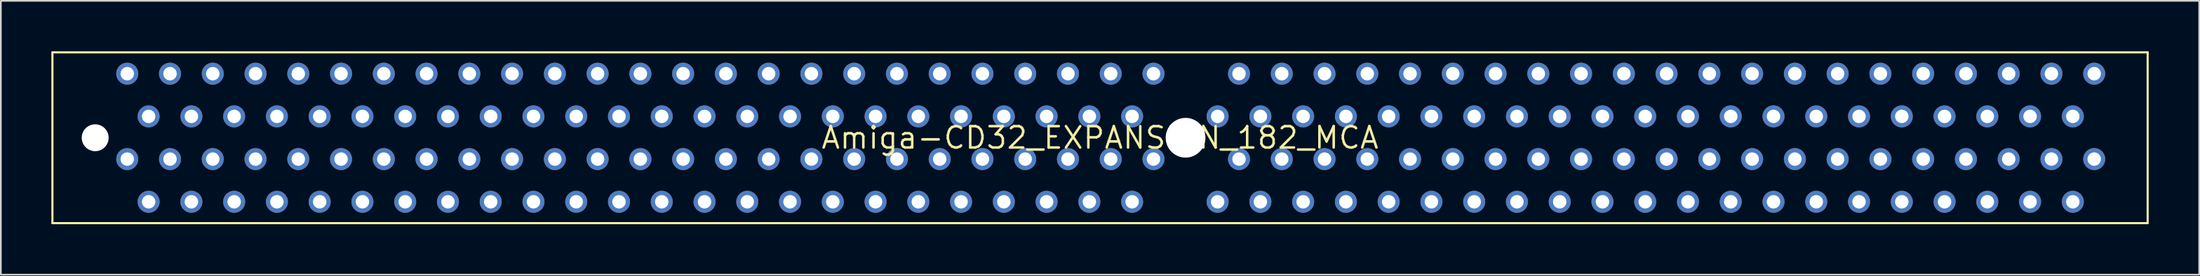
<source format=kicad_pcb>
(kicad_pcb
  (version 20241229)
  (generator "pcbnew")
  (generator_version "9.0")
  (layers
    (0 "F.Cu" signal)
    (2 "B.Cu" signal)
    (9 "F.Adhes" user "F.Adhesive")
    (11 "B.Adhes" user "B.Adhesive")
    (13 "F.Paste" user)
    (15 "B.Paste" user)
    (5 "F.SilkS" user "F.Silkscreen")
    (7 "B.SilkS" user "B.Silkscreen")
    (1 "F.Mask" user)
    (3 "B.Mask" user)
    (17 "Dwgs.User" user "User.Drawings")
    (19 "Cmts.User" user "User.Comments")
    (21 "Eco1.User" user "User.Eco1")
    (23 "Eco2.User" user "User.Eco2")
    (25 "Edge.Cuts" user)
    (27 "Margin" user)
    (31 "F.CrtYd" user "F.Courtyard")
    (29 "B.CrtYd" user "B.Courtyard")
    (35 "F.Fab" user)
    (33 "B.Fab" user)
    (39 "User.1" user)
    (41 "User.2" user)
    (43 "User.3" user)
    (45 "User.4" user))
  (footprint "Amiga-CD32_EXPANSION_182_MCA"
    (layer "F.Cu")
    (at 62.294 5.144)
    (property "Reference" "Amiga-CD32_EXPANSION_182_MCA" (at 0 0 0) (layer "F.SilkS") (effects (font (size 1.27 1.27) (thickness 0.15))))
    (attr exclude_from_pos_files exclude_from_bom)
    (fp_line (start -62.23 -5.08) (end -62.23 5.08) (stroke (width 0.127) (type solid)) (layer "F.SilkS"))
    (fp_line (start -62.23 5.08) (end 62.23 5.08) (stroke (width 0.127) (type solid)) (layer "F.SilkS"))
    (fp_line (start 62.23 -5.08) (end -62.23 -5.08) (stroke (width 0.127) (type solid)) (layer "F.SilkS"))
    (fp_line (start 62.23 5.08) (end 62.23 -5.08) (stroke (width 0.127) (type solid)) (layer "F.SilkS"))
    (pad "" np_thru_hole circle (at -59.69 0) (size 1.598 1.598) (drill 1.598) (layers "*.Cu" "*.Mask"))
    (pad "" np_thru_hole circle (at 5.08 0) (size 2.362 2.362) (drill 2.362) (layers "*.Cu" "*.Mask"))
    (pad "P$1" thru_hole circle (at 59.055 1.27) (size 1.306 1.306) (drill 0.798) (layers "*.Cu" "*.Paste" "*.Mask"))
    (pad "P$2" thru_hole circle (at 59.055 -3.81) (size 1.306 1.306) (drill 0.798) (layers "*.Cu" "*.Paste" "*.Mask"))
    (pad "P$3" thru_hole circle (at 57.785 3.81) (size 1.306 1.306) (drill 0.798) (layers "*.Cu" "*.Paste" "*.Mask"))
    (pad "P$4" thru_hole circle (at 57.785 -1.27) (size 1.306 1.306) (drill 0.798) (layers "*.Cu" "*.Paste" "*.Mask"))
    (pad "P$5" thru_hole circle (at 56.515 1.27) (size 1.306 1.306) (drill 0.798) (layers "*.Cu" "*.Paste" "*.Mask"))
    (pad "P$6" thru_hole circle (at 56.515 -3.81) (size 1.306 1.306) (drill 0.798) (layers "*.Cu" "*.Paste" "*.Mask"))
    (pad "P$7" thru_hole circle (at 55.245 3.81) (size 1.306 1.306) (drill 0.798) (layers "*.Cu" "*.Paste" "*.Mask"))
    (pad "P$8" thru_hole circle (at 55.245 -1.27) (size 1.306 1.306) (drill 0.798) (layers "*.Cu" "*.Paste" "*.Mask"))
    (pad "P$9" thru_hole circle (at 53.975 1.27) (size 1.306 1.306) (drill 0.798) (layers "*.Cu" "*.Paste" "*.Mask"))
    (pad "P$10" thru_hole circle (at 53.975 -3.81) (size 1.306 1.306) (drill 0.798) (layers "*.Cu" "*.Paste" "*.Mask"))
    (pad "P$11" thru_hole circle (at 52.705 3.81) (size 1.306 1.306) (drill 0.798) (layers "*.Cu" "*.Paste" "*.Mask"))
    (pad "P$12" thru_hole circle (at 52.705 -1.27) (size 1.306 1.306) (drill 0.798) (layers "*.Cu" "*.Paste" "*.Mask"))
    (pad "P$13" thru_hole circle (at 51.435 1.27) (size 1.306 1.306) (drill 0.798) (layers "*.Cu" "*.Paste" "*.Mask"))
    (pad "P$14" thru_hole circle (at 51.435 -3.81) (size 1.306 1.306) (drill 0.798) (layers "*.Cu" "*.Paste" "*.Mask"))
    (pad "P$15" thru_hole circle (at 50.165 3.81) (size 1.306 1.306) (drill 0.798) (layers "*.Cu" "*.Paste" "*.Mask"))
    (pad "P$16" thru_hole circle (at 50.165 -1.27) (size 1.306 1.306) (drill 0.798) (layers "*.Cu" "*.Paste" "*.Mask"))
    (pad "P$17" thru_hole circle (at 48.895 1.27) (size 1.306 1.306) (drill 0.798) (layers "*.Cu" "*.Paste" "*.Mask"))
    (pad "P$18" thru_hole circle (at 48.895 -3.81) (size 1.306 1.306) (drill 0.798) (layers "*.Cu" "*.Paste" "*.Mask"))
    (pad "P$19" thru_hole circle (at 47.625 3.81) (size 1.306 1.306) (drill 0.798) (layers "*.Cu" "*.Paste" "*.Mask"))
    (pad "P$20" thru_hole circle (at 47.625 -1.27) (size 1.306 1.306) (drill 0.798) (layers "*.Cu" "*.Paste" "*.Mask"))
    (pad "P$21" thru_hole circle (at 46.355 1.27) (size 1.306 1.306) (drill 0.798) (layers "*.Cu" "*.Paste" "*.Mask"))
    (pad "P$22" thru_hole circle (at 46.355 -3.81) (size 1.306 1.306) (drill 0.798) (layers "*.Cu" "*.Paste" "*.Mask"))
    (pad "P$23" thru_hole circle (at 45.085 3.81) (size 1.306 1.306) (drill 0.798) (layers "*.Cu" "*.Paste" "*.Mask"))
    (pad "P$24" thru_hole circle (at 45.085 -1.27) (size 1.306 1.306) (drill 0.798) (layers "*.Cu" "*.Paste" "*.Mask"))
    (pad "P$25" thru_hole circle (at 43.815 1.27) (size 1.306 1.306) (drill 0.798) (layers "*.Cu" "*.Paste" "*.Mask"))
    (pad "P$26" thru_hole circle (at 43.815 -3.81) (size 1.306 1.306) (drill 0.798) (layers "*.Cu" "*.Paste" "*.Mask"))
    (pad "P$27" thru_hole circle (at 42.545 3.81) (size 1.306 1.306) (drill 0.798) (layers "*.Cu" "*.Paste" "*.Mask"))
    (pad "P$28" thru_hole circle (at 42.545 -1.27) (size 1.306 1.306) (drill 0.798) (layers "*.Cu" "*.Paste" "*.Mask"))
    (pad "P$29" thru_hole circle (at 41.275 1.27) (size 1.306 1.306) (drill 0.798) (layers "*.Cu" "*.Paste" "*.Mask"))
    (pad "P$30" thru_hole circle (at 41.275 -3.81) (size 1.306 1.306) (drill 0.798) (layers "*.Cu" "*.Paste" "*.Mask"))
    (pad "P$31" thru_hole circle (at 40.005 3.81) (size 1.306 1.306) (drill 0.798) (layers "*.Cu" "*.Paste" "*.Mask"))
    (pad "P$32" thru_hole circle (at 40.005 -1.27) (size 1.306 1.306) (drill 0.798) (layers "*.Cu" "*.Paste" "*.Mask"))
    (pad "P$33" thru_hole circle (at 38.735 1.27) (size 1.306 1.306) (drill 0.798) (layers "*.Cu" "*.Paste" "*.Mask"))
    (pad "P$34" thru_hole circle (at 38.735 -3.81) (size 1.306 1.306) (drill 0.798) (layers "*.Cu" "*.Paste" "*.Mask"))
    (pad "P$35" thru_hole circle (at 37.465 3.81) (size 1.306 1.306) (drill 0.798) (layers "*.Cu" "*.Paste" "*.Mask"))
    (pad "P$36" thru_hole circle (at 37.465 -1.27) (size 1.306 1.306) (drill 0.798) (layers "*.Cu" "*.Paste" "*.Mask"))
    (pad "P$37" thru_hole circle (at 36.195 1.27) (size 1.306 1.306) (drill 0.798) (layers "*.Cu" "*.Paste" "*.Mask"))
    (pad "P$38" thru_hole circle (at 36.195 -3.81) (size 1.306 1.306) (drill 0.798) (layers "*.Cu" "*.Paste" "*.Mask"))
    (pad "P$39" thru_hole circle (at 34.925 3.81) (size 1.306 1.306) (drill 0.798) (layers "*.Cu" "*.Paste" "*.Mask"))
    (pad "P$40" thru_hole circle (at 34.925 -1.27) (size 1.306 1.306) (drill 0.798) (layers "*.Cu" "*.Paste" "*.Mask"))
    (pad "P$41" thru_hole circle (at 33.655 1.27) (size 1.306 1.306) (drill 0.798) (layers "*.Cu" "*.Paste" "*.Mask"))
    (pad "P$42" thru_hole circle (at 33.655 -3.81) (size 1.306 1.306) (drill 0.798) (layers "*.Cu" "*.Paste" "*.Mask"))
    (pad "P$43" thru_hole circle (at 32.385 3.81) (size 1.306 1.306) (drill 0.798) (layers "*.Cu" "*.Paste" "*.Mask"))
    (pad "P$44" thru_hole circle (at 32.385 -1.27) (size 1.306 1.306) (drill 0.798) (layers "*.Cu" "*.Paste" "*.Mask"))
    (pad "P$45" thru_hole circle (at 31.115 1.27) (size 1.306 1.306) (drill 0.798) (layers "*.Cu" "*.Paste" "*.Mask"))
    (pad "P$46" thru_hole circle (at 31.115 -3.81) (size 1.306 1.306) (drill 0.798) (layers "*.Cu" "*.Paste" "*.Mask"))
    (pad "P$47" thru_hole circle (at 29.845 3.81) (size 1.306 1.306) (drill 0.798) (layers "*.Cu" "*.Paste" "*.Mask"))
    (pad "P$48" thru_hole circle (at 29.845 -1.27) (size 1.306 1.306) (drill 0.798) (layers "*.Cu" "*.Paste" "*.Mask"))
    (pad "P$49" thru_hole circle (at 28.575 1.27) (size 1.306 1.306) (drill 0.798) (layers "*.Cu" "*.Paste" "*.Mask"))
    (pad "P$50" thru_hole circle (at 28.575 -3.81) (size 1.306 1.306) (drill 0.798) (layers "*.Cu" "*.Paste" "*.Mask"))
    (pad "P$51" thru_hole circle (at 27.305 3.81) (size 1.306 1.306) (drill 0.798) (layers "*.Cu" "*.Paste" "*.Mask"))
    (pad "P$52" thru_hole circle (at 27.305 -1.27) (size 1.306 1.306) (drill 0.798) (layers "*.Cu" "*.Paste" "*.Mask"))
    (pad "P$53" thru_hole circle (at 26.035 1.27) (size 1.306 1.306) (drill 0.798) (layers "*.Cu" "*.Paste" "*.Mask"))
    (pad "P$54" thru_hole circle (at 26.035 -3.81) (size 1.306 1.306) (drill 0.798) (layers "*.Cu" "*.Paste" "*.Mask"))
    (pad "P$55" thru_hole circle (at 24.765 3.81) (size 1.306 1.306) (drill 0.798) (layers "*.Cu" "*.Paste" "*.Mask"))
    (pad "P$56" thru_hole circle (at 24.765 -1.27) (size 1.306 1.306) (drill 0.798) (layers "*.Cu" "*.Paste" "*.Mask"))
    (pad "P$57" thru_hole circle (at 23.495 1.27) (size 1.306 1.306) (drill 0.798) (layers "*.Cu" "*.Paste" "*.Mask"))
    (pad "P$58" thru_hole circle (at 23.495 -3.81) (size 1.306 1.306) (drill 0.798) (layers "*.Cu" "*.Paste" "*.Mask"))
    (pad "P$59" thru_hole circle (at 22.225 3.81) (size 1.306 1.306) (drill 0.798) (layers "*.Cu" "*.Paste" "*.Mask"))
    (pad "P$60" thru_hole circle (at 22.225 -1.27) (size 1.306 1.306) (drill 0.798) (layers "*.Cu" "*.Paste" "*.Mask"))
    (pad "P$61" thru_hole circle (at 20.955 1.27) (size 1.306 1.306) (drill 0.798) (layers "*.Cu" "*.Paste" "*.Mask"))
    (pad "P$62" thru_hole circle (at 20.955 -3.81) (size 1.306 1.306) (drill 0.798) (layers "*.Cu" "*.Paste" "*.Mask"))
    (pad "P$63" thru_hole circle (at 19.685 3.81) (size 1.306 1.306) (drill 0.798) (layers "*.Cu" "*.Paste" "*.Mask"))
    (pad "P$64" thru_hole circle (at 19.685 -1.27) (size 1.306 1.306) (drill 0.798) (layers "*.Cu" "*.Paste" "*.Mask"))
    (pad "P$65" thru_hole circle (at 18.415 1.27) (size 1.306 1.306) (drill 0.798) (layers "*.Cu" "*.Paste" "*.Mask"))
    (pad "P$66" thru_hole circle (at 18.415 -3.81) (size 1.306 1.306) (drill 0.798) (layers "*.Cu" "*.Paste" "*.Mask"))
    (pad "P$67" thru_hole circle (at 17.145 3.81) (size 1.306 1.306) (drill 0.798) (layers "*.Cu" "*.Paste" "*.Mask"))
    (pad "P$68" thru_hole circle (at 17.145 -1.27) (size 1.306 1.306) (drill 0.798) (layers "*.Cu" "*.Paste" "*.Mask"))
    (pad "P$69" thru_hole circle (at 15.875 1.27) (size 1.306 1.306) (drill 0.798) (layers "*.Cu" "*.Paste" "*.Mask"))
    (pad "P$70" thru_hole circle (at 15.875 -3.81) (size 1.306 1.306) (drill 0.798) (layers "*.Cu" "*.Paste" "*.Mask"))
    (pad "P$71" thru_hole circle (at 14.605 3.81) (size 1.306 1.306) (drill 0.798) (layers "*.Cu" "*.Paste" "*.Mask"))
    (pad "P$72" thru_hole circle (at 14.605 -1.27) (size 1.306 1.306) (drill 0.798) (layers "*.Cu" "*.Paste" "*.Mask"))
    (pad "P$73" thru_hole circle (at 13.335 1.27) (size 1.306 1.306) (drill 0.798) (layers "*.Cu" "*.Paste" "*.Mask"))
    (pad "P$74" thru_hole circle (at 13.335 -3.81) (size 1.306 1.306) (drill 0.798) (layers "*.Cu" "*.Paste" "*.Mask"))
    (pad "P$75" thru_hole circle (at 12.065 3.81) (size 1.306 1.306) (drill 0.798) (layers "*.Cu" "*.Paste" "*.Mask"))
    (pad "P$76" thru_hole circle (at 12.065 -1.27) (size 1.306 1.306) (drill 0.798) (layers "*.Cu" "*.Paste" "*.Mask"))
    (pad "P$77" thru_hole circle (at 10.795 1.27) (size 1.306 1.306) (drill 0.798) (layers "*.Cu" "*.Paste" "*.Mask"))
    (pad "P$78" thru_hole circle (at 10.795 -3.81) (size 1.306 1.306) (drill 0.798) (layers "*.Cu" "*.Paste" "*.Mask"))
    (pad "P$79" thru_hole circle (at 9.525 3.81) (size 1.306 1.306) (drill 0.798) (layers "*.Cu" "*.Paste" "*.Mask"))
    (pad "P$80" thru_hole circle (at 9.525 -1.27) (size 1.306 1.306) (drill 0.798) (layers "*.Cu" "*.Paste" "*.Mask"))
    (pad "P$81" thru_hole circle (at 8.255 1.27) (size 1.306 1.306) (drill 0.798) (layers "*.Cu" "*.Paste" "*.Mask"))
    (pad "P$82" thru_hole circle (at 8.255 -3.81) (size 1.306 1.306) (drill 0.798) (layers "*.Cu" "*.Paste" "*.Mask"))
    (pad "P$83" thru_hole circle (at 6.985 3.81) (size 1.306 1.306) (drill 0.798) (layers "*.Cu" "*.Paste" "*.Mask"))
    (pad "P$84" thru_hole circle (at 6.985 -1.27) (size 1.306 1.306) (drill 0.798) (layers "*.Cu" "*.Paste" "*.Mask"))
    (pad "P$85" thru_hole circle (at 3.175 1.27) (size 1.306 1.306) (drill 0.798) (layers "*.Cu" "*.Paste" "*.Mask"))
    (pad "P$86" thru_hole circle (at 3.175 -3.81) (size 1.306 1.306) (drill 0.798) (layers "*.Cu" "*.Paste" "*.Mask"))
    (pad "P$87" thru_hole circle (at 1.905 3.81) (size 1.306 1.306) (drill 0.798) (layers "*.Cu" "*.Paste" "*.Mask"))
    (pad "P$88" thru_hole circle (at 1.905 -1.27) (size 1.306 1.306) (drill 0.798) (layers "*.Cu" "*.Paste" "*.Mask"))
    (pad "P$89" thru_hole circle (at 0.635 1.27) (size 1.306 1.306) (drill 0.798) (layers "*.Cu" "*.Paste" "*.Mask"))
    (pad "P$90" thru_hole circle (at 0.635 -3.81) (size 1.306 1.306) (drill 0.798) (layers "*.Cu" "*.Paste" "*.Mask"))
    (pad "P$91" thru_hole circle (at -0.635 3.81) (size 1.306 1.306) (drill 0.798) (layers "*.Cu" "*.Paste" "*.Mask"))
    (pad "P$92" thru_hole circle (at -0.635 -1.27) (size 1.306 1.306) (drill 0.798) (layers "*.Cu" "*.Paste" "*.Mask"))
    (pad "P$93" thru_hole circle (at -1.905 1.27) (size 1.306 1.306) (drill 0.798) (layers "*.Cu" "*.Paste" "*.Mask"))
    (pad "P$94" thru_hole circle (at -1.905 -3.81) (size 1.306 1.306) (drill 0.798) (layers "*.Cu" "*.Paste" "*.Mask"))
    (pad "P$95" thru_hole circle (at -3.175 3.81) (size 1.306 1.306) (drill 0.798) (layers "*.Cu" "*.Paste" "*.Mask"))
    (pad "P$96" thru_hole circle (at -3.175 -1.27) (size 1.306 1.306) (drill 0.798) (layers "*.Cu" "*.Paste" "*.Mask"))
    (pad "P$97" thru_hole circle (at -4.445 1.27) (size 1.306 1.306) (drill 0.798) (layers "*.Cu" "*.Paste" "*.Mask"))
    (pad "P$98" thru_hole circle (at -4.445 -3.81) (size 1.306 1.306) (drill 0.798) (layers "*.Cu" "*.Paste" "*.Mask"))
    (pad "P$99" thru_hole circle (at -5.715 3.81) (size 1.306 1.306) (drill 0.798) (layers "*.Cu" "*.Paste" "*.Mask"))
    (pad "P$100" thru_hole circle (at -5.715 -1.27) (size 1.306 1.306) (drill 0.798) (layers "*.Cu" "*.Paste" "*.Mask"))
    (pad "P$101" thru_hole circle (at -6.985 1.27) (size 1.306 1.306) (drill 0.798) (layers "*.Cu" "*.Paste" "*.Mask"))
    (pad "P$102" thru_hole circle (at -6.985 -3.81) (size 1.306 1.306) (drill 0.798) (layers "*.Cu" "*.Paste" "*.Mask"))
    (pad "P$103" thru_hole circle (at -8.255 3.81) (size 1.306 1.306) (drill 0.798) (layers "*.Cu" "*.Paste" "*.Mask"))
    (pad "P$104" thru_hole circle (at -8.255 -1.27) (size 1.306 1.306) (drill 0.798) (layers "*.Cu" "*.Paste" "*.Mask"))
    (pad "P$105" thru_hole circle (at -9.525 1.27) (size 1.306 1.306) (drill 0.798) (layers "*.Cu" "*.Paste" "*.Mask"))
    (pad "P$106" thru_hole circle (at -9.525 -3.81) (size 1.306 1.306) (drill 0.798) (layers "*.Cu" "*.Paste" "*.Mask"))
    (pad "P$107" thru_hole circle (at -10.795 3.81) (size 1.306 1.306) (drill 0.798) (layers "*.Cu" "*.Paste" "*.Mask"))
    (pad "P$108" thru_hole circle (at -10.795 -1.27) (size 1.306 1.306) (drill 0.798) (layers "*.Cu" "*.Paste" "*.Mask"))
    (pad "P$109" thru_hole circle (at -12.065 1.27) (size 1.306 1.306) (drill 0.798) (layers "*.Cu" "*.Paste" "*.Mask"))
    (pad "P$110" thru_hole circle (at -12.065 -3.81) (size 1.306 1.306) (drill 0.798) (layers "*.Cu" "*.Paste" "*.Mask"))
    (pad "P$111" thru_hole circle (at -13.335 3.81) (size 1.306 1.306) (drill 0.798) (layers "*.Cu" "*.Paste" "*.Mask"))
    (pad "P$112" thru_hole circle (at -13.335 -1.27) (size 1.306 1.306) (drill 0.798) (layers "*.Cu" "*.Paste" "*.Mask"))
    (pad "P$113" thru_hole circle (at -14.605 1.27) (size 1.306 1.306) (drill 0.798) (layers "*.Cu" "*.Paste" "*.Mask"))
    (pad "P$114" thru_hole circle (at -14.605 -3.81) (size 1.306 1.306) (drill 0.798) (layers "*.Cu" "*.Paste" "*.Mask"))
    (pad "P$115" thru_hole circle (at -15.875 3.81) (size 1.306 1.306) (drill 0.798) (layers "*.Cu" "*.Paste" "*.Mask"))
    (pad "P$116" thru_hole circle (at -15.875 -1.27) (size 1.306 1.306) (drill 0.798) (layers "*.Cu" "*.Paste" "*.Mask"))
    (pad "P$117" thru_hole circle (at -17.145 1.27) (size 1.306 1.306) (drill 0.798) (layers "*.Cu" "*.Paste" "*.Mask"))
    (pad "P$118" thru_hole circle (at -17.145 -3.81) (size 1.306 1.306) (drill 0.798) (layers "*.Cu" "*.Paste" "*.Mask"))
    (pad "P$119" thru_hole circle (at -18.415 3.81) (size 1.306 1.306) (drill 0.798) (layers "*.Cu" "*.Paste" "*.Mask"))
    (pad "P$120" thru_hole circle (at -18.415 -1.27) (size 1.306 1.306) (drill 0.798) (layers "*.Cu" "*.Paste" "*.Mask"))
    (pad "P$121" thru_hole circle (at -19.685 1.27) (size 1.306 1.306) (drill 0.798) (layers "*.Cu" "*.Paste" "*.Mask"))
    (pad "P$122" thru_hole circle (at -19.685 -3.81) (size 1.306 1.306) (drill 0.798) (layers "*.Cu" "*.Paste" "*.Mask"))
    (pad "P$123" thru_hole circle (at -20.955 3.81) (size 1.306 1.306) (drill 0.798) (layers "*.Cu" "*.Paste" "*.Mask"))
    (pad "P$124" thru_hole circle (at -20.955 -1.27) (size 1.306 1.306) (drill 0.798) (layers "*.Cu" "*.Paste" "*.Mask"))
    (pad "P$125" thru_hole circle (at -22.225 1.27) (size 1.306 1.306) (drill 0.798) (layers "*.Cu" "*.Paste" "*.Mask"))
    (pad "P$126" thru_hole circle (at -22.225 -3.81) (size 1.306 1.306) (drill 0.798) (layers "*.Cu" "*.Paste" "*.Mask"))
    (pad "P$127" thru_hole circle (at -23.495 3.81) (size 1.306 1.306) (drill 0.798) (layers "*.Cu" "*.Paste" "*.Mask"))
    (pad "P$128" thru_hole circle (at -23.495 -1.27) (size 1.306 1.306) (drill 0.798) (layers "*.Cu" "*.Paste" "*.Mask"))
    (pad "P$129" thru_hole circle (at -24.765 1.27) (size 1.306 1.306) (drill 0.798) (layers "*.Cu" "*.Paste" "*.Mask"))
    (pad "P$130" thru_hole circle (at -24.765 -3.81) (size 1.306 1.306) (drill 0.798) (layers "*.Cu" "*.Paste" "*.Mask"))
    (pad "P$131" thru_hole circle (at -26.035 3.81) (size 1.306 1.306) (drill 0.798) (layers "*.Cu" "*.Paste" "*.Mask"))
    (pad "P$132" thru_hole circle (at -26.035 -1.27) (size 1.306 1.306) (drill 0.798) (layers "*.Cu" "*.Paste" "*.Mask"))
    (pad "P$133" thru_hole circle (at -27.305 1.27) (size 1.306 1.306) (drill 0.798) (layers "*.Cu" "*.Paste" "*.Mask"))
    (pad "P$134" thru_hole circle (at -27.305 -3.81) (size 1.306 1.306) (drill 0.798) (layers "*.Cu" "*.Paste" "*.Mask"))
    (pad "P$135" thru_hole circle (at -28.575 3.81) (size 1.306 1.306) (drill 0.798) (layers "*.Cu" "*.Paste" "*.Mask"))
    (pad "P$136" thru_hole circle (at -28.575 -1.27) (size 1.306 1.306) (drill 0.798) (layers "*.Cu" "*.Paste" "*.Mask"))
    (pad "P$137" thru_hole circle (at -29.845 1.27) (size 1.306 1.306) (drill 0.798) (layers "*.Cu" "*.Paste" "*.Mask"))
    (pad "P$138" thru_hole circle (at -29.845 -3.81) (size 1.306 1.306) (drill 0.798) (layers "*.Cu" "*.Paste" "*.Mask"))
    (pad "P$139" thru_hole circle (at -31.115 3.81) (size 1.306 1.306) (drill 0.798) (layers "*.Cu" "*.Paste" "*.Mask"))
    (pad "P$140" thru_hole circle (at -31.115 -1.27) (size 1.306 1.306) (drill 0.798) (layers "*.Cu" "*.Paste" "*.Mask"))
    (pad "P$141" thru_hole circle (at -32.385 1.27) (size 1.306 1.306) (drill 0.798) (layers "*.Cu" "*.Paste" "*.Mask"))
    (pad "P$142" thru_hole circle (at -32.385 -3.81) (size 1.306 1.306) (drill 0.798) (layers "*.Cu" "*.Paste" "*.Mask"))
    (pad "P$143" thru_hole circle (at -33.655 3.81) (size 1.306 1.306) (drill 0.798) (layers "*.Cu" "*.Paste" "*.Mask"))
    (pad "P$144" thru_hole circle (at -33.655 -1.27) (size 1.306 1.306) (drill 0.798) (layers "*.Cu" "*.Paste" "*.Mask"))
    (pad "P$145" thru_hole circle (at -34.925 1.27) (size 1.306 1.306) (drill 0.798) (layers "*.Cu" "*.Paste" "*.Mask"))
    (pad "P$146" thru_hole circle (at -34.925 -3.81) (size 1.306 1.306) (drill 0.798) (layers "*.Cu" "*.Paste" "*.Mask"))
    (pad "P$147" thru_hole circle (at -36.195 3.81) (size 1.306 1.306) (drill 0.798) (layers "*.Cu" "*.Paste" "*.Mask"))
    (pad "P$148" thru_hole circle (at -36.195 -1.27) (size 1.306 1.306) (drill 0.798) (layers "*.Cu" "*.Paste" "*.Mask"))
    (pad "P$149" thru_hole circle (at -37.465 1.27) (size 1.306 1.306) (drill 0.798) (layers "*.Cu" "*.Paste" "*.Mask"))
    (pad "P$150" thru_hole circle (at -37.465 -3.81) (size 1.306 1.306) (drill 0.798) (layers "*.Cu" "*.Paste" "*.Mask"))
    (pad "P$151" thru_hole circle (at -38.735 3.81) (size 1.306 1.306) (drill 0.798) (layers "*.Cu" "*.Paste" "*.Mask"))
    (pad "P$152" thru_hole circle (at -38.735 -1.27) (size 1.306 1.306) (drill 0.798) (layers "*.Cu" "*.Paste" "*.Mask"))
    (pad "P$153" thru_hole circle (at -40.005 1.27) (size 1.306 1.306) (drill 0.798) (layers "*.Cu" "*.Paste" "*.Mask"))
    (pad "P$154" thru_hole circle (at -40.005 -3.81) (size 1.306 1.306) (drill 0.798) (layers "*.Cu" "*.Paste" "*.Mask"))
    (pad "P$155" thru_hole circle (at -41.275 3.81) (size 1.306 1.306) (drill 0.798) (layers "*.Cu" "*.Paste" "*.Mask"))
    (pad "P$156" thru_hole circle (at -41.275 -1.27) (size 1.306 1.306) (drill 0.798) (layers "*.Cu" "*.Paste" "*.Mask"))
    (pad "P$157" thru_hole circle (at -42.545 1.27) (size 1.306 1.306) (drill 0.798) (layers "*.Cu" "*.Paste" "*.Mask"))
    (pad "P$158" thru_hole circle (at -42.545 -3.81) (size 1.306 1.306) (drill 0.798) (layers "*.Cu" "*.Paste" "*.Mask"))
    (pad "P$159" thru_hole circle (at -43.815 3.81) (size 1.306 1.306) (drill 0.798) (layers "*.Cu" "*.Paste" "*.Mask"))
    (pad "P$160" thru_hole circle (at -43.815 -1.27) (size 1.306 1.306) (drill 0.798) (layers "*.Cu" "*.Paste" "*.Mask"))
    (pad "P$161" thru_hole circle (at -45.085 1.27) (size 1.306 1.306) (drill 0.798) (layers "*.Cu" "*.Paste" "*.Mask"))
    (pad "P$162" thru_hole circle (at -45.085 -3.81) (size 1.306 1.306) (drill 0.798) (layers "*.Cu" "*.Paste" "*.Mask"))
    (pad "P$163" thru_hole circle (at -46.355 3.81) (size 1.306 1.306) (drill 0.798) (layers "*.Cu" "*.Paste" "*.Mask"))
    (pad "P$164" thru_hole circle (at -46.355 -1.27) (size 1.306 1.306) (drill 0.798) (layers "*.Cu" "*.Paste" "*.Mask"))
    (pad "P$165" thru_hole circle (at -47.625 1.27) (size 1.306 1.306) (drill 0.798) (layers "*.Cu" "*.Paste" "*.Mask"))
    (pad "P$166" thru_hole circle (at -47.625 -3.81) (size 1.306 1.306) (drill 0.798) (layers "*.Cu" "*.Paste" "*.Mask"))
    (pad "P$167" thru_hole circle (at -48.895 3.81) (size 1.306 1.306) (drill 0.798) (layers "*.Cu" "*.Paste" "*.Mask"))
    (pad "P$168" thru_hole circle (at -48.895 -1.27) (size 1.306 1.306) (drill 0.798) (layers "*.Cu" "*.Paste" "*.Mask"))
    (pad "P$169" thru_hole circle (at -50.165 1.27) (size 1.306 1.306) (drill 0.798) (layers "*.Cu" "*.Paste" "*.Mask"))
    (pad "P$170" thru_hole circle (at -50.165 -3.81) (size 1.306 1.306) (drill 0.798) (layers "*.Cu" "*.Paste" "*.Mask"))
    (pad "P$171" thru_hole circle (at -51.435 3.81) (size 1.306 1.306) (drill 0.798) (layers "*.Cu" "*.Paste" "*.Mask"))
    (pad "P$172" thru_hole circle (at -51.435 -1.27) (size 1.306 1.306) (drill 0.798) (layers "*.Cu" "*.Paste" "*.Mask"))
    (pad "P$173" thru_hole circle (at -52.705 1.27) (size 1.306 1.306) (drill 0.798) (layers "*.Cu" "*.Paste" "*.Mask"))
    (pad "P$174" thru_hole circle (at -52.705 -3.81) (size 1.306 1.306) (drill 0.798) (layers "*.Cu" "*.Paste" "*.Mask"))
    (pad "P$175" thru_hole circle (at -53.975 3.81) (size 1.306 1.306) (drill 0.798) (layers "*.Cu" "*.Paste" "*.Mask"))
    (pad "P$176" thru_hole circle (at -53.975 -1.27) (size 1.306 1.306) (drill 0.798) (layers "*.Cu" "*.Paste" "*.Mask"))
    (pad "P$177" thru_hole circle (at -55.245 1.27) (size 1.306 1.306) (drill 0.798) (layers "*.Cu" "*.Paste" "*.Mask"))
    (pad "P$178" thru_hole circle (at -55.245 -3.81) (size 1.306 1.306) (drill 0.798) (layers "*.Cu" "*.Paste" "*.Mask"))
    (pad "P$179" thru_hole circle (at -56.515 3.81) (size 1.306 1.306) (drill 0.798) (layers "*.Cu" "*.Paste" "*.Mask"))
    (pad "P$180" thru_hole circle (at -56.515 -1.27) (size 1.306 1.306) (drill 0.798) (layers "*.Cu" "*.Paste" "*.Mask"))
    (pad "P$181" thru_hole circle (at -57.785 1.27) (size 1.306 1.306) (drill 0.798) (layers "*.Cu" "*.Paste" "*.Mask"))
    (pad "P$182" thru_hole circle (at -57.785 -3.81) (size 1.306 1.306) (drill 0.798) (layers "*.Cu" "*.Paste" "*.Mask")))
  (gr_rect
    (start -3 -3)
    (end 127.587 13.287)
    (stroke (width 0.1) (type default))
    (fill no)
    (layer "Edge.Cuts")))
</source>
